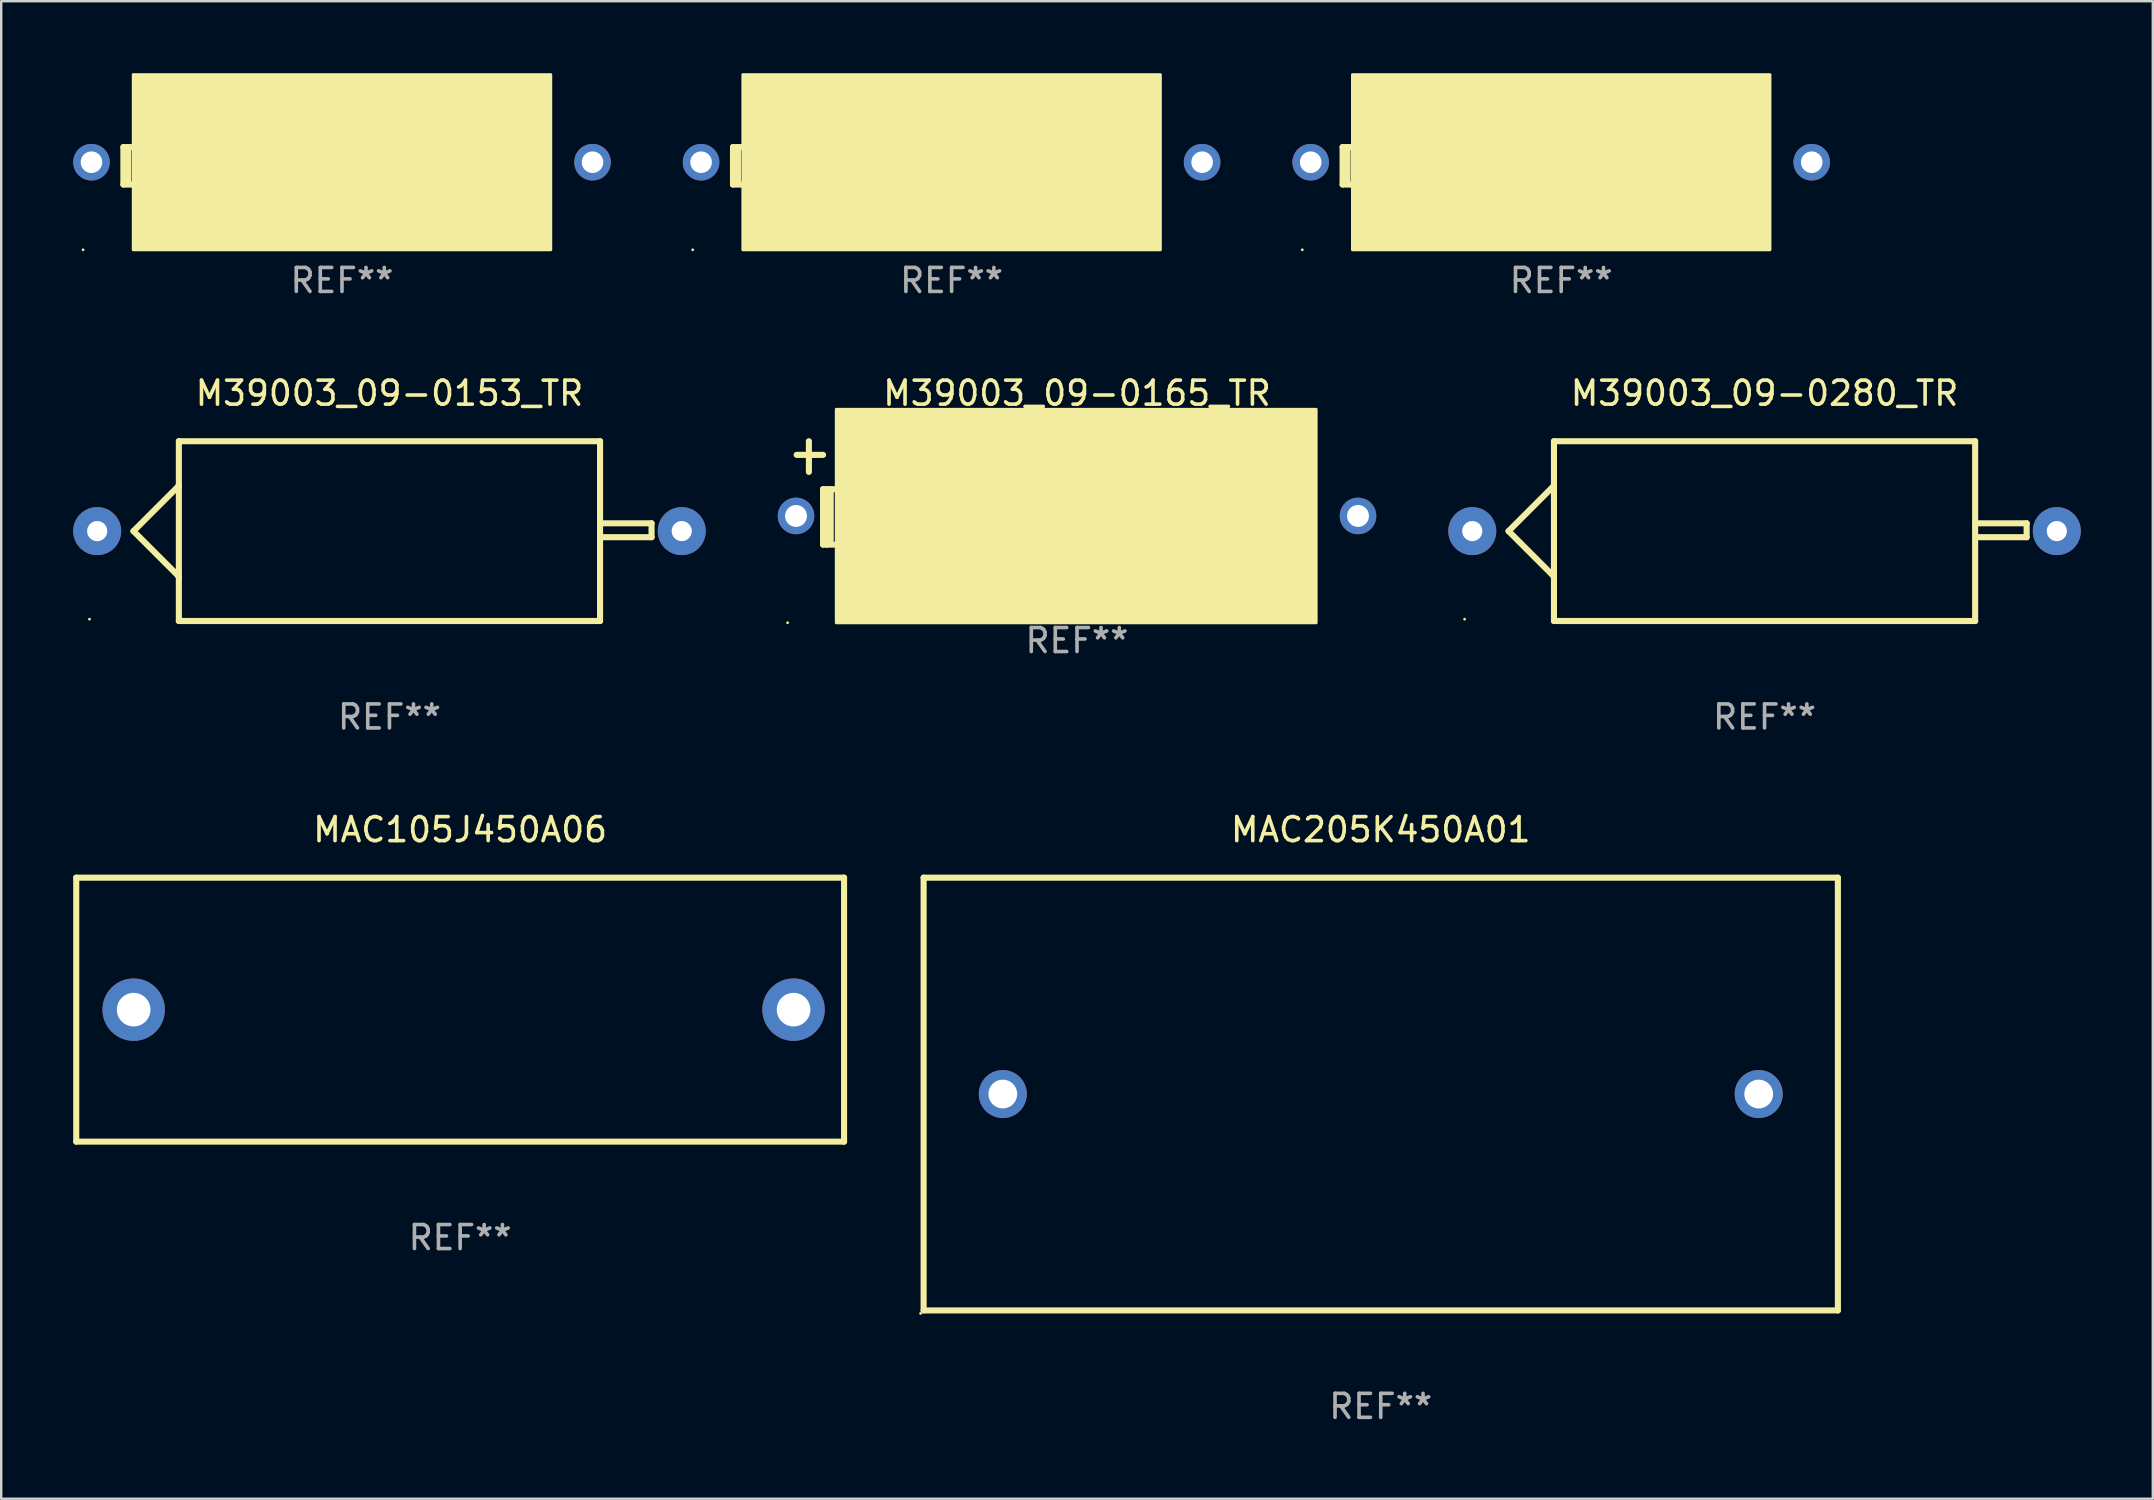
<source format=kicad_pcb>
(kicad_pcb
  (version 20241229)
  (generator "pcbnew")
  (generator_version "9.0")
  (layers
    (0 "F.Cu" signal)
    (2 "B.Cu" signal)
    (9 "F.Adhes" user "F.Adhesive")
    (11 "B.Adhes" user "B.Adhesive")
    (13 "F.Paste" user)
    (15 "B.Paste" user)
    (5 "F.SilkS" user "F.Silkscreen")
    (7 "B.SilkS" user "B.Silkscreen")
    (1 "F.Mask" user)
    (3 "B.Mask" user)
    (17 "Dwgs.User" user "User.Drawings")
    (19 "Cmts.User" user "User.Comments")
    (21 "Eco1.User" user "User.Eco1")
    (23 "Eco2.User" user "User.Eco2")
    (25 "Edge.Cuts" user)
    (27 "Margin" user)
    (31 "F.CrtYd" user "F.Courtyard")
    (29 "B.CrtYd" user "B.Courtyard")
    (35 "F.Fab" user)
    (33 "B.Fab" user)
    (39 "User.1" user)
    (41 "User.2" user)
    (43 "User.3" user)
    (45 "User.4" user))
  (footprint "M39003_09-0116_TR"
    (layer "F.Cu")
    (at 11.202 3.86)
    (property "Reference" "M39003_09-0116_TR" (at 0 -2.78 0) (layer "F.SilkS") (effects (font (size 1 1) (thickness 0.15))))
    (attr through_hole)
    (fp_line (start -9.11 -0.78) (end -9.11 0.78) (stroke (width 0.254) (type solid)) (layer "F.SilkS"))
    (fp_line (start -9.11 0.78) (end -8.74 0.78) (stroke (width 0.254) (type solid)) (layer "F.SilkS"))
    (fp_line (start -8.904 -0.78) (end -8.904 0.65) (stroke (width 0.254) (type solid)) (layer "F.SilkS"))
    (fp_line (start -8.76 -0.78) (end -9.11 -0.78) (stroke (width 0.254) (type solid)) (layer "F.SilkS"))
    (fp_circle (center -10.79 3.5) (end -10.76 3.5) (stroke (width 0.06) (type solid)) (fill no) (layer "F.SilkS"))
    (fp_poly (pts (xy -8.7 -3.8) (xy 8.7 -3.8) (xy 8.7 3.5) (xy -8.7 3.5)) (stroke (width 0.12) (type solid)) (fill yes) (layer "F.SilkS"))
    (fp_text user "REF**" (at 0 4.78 0) (layer "F.Fab") (effects (font (size 1 1) (thickness 0.15))))
    (pad "1" thru_hole circle (at -10.44 -0.15) (size 1.524 1.524) (drill 0.9) (layers "*.Cu" "*.Mask"))
    (pad "2" thru_hole circle (at 10.44 -0.15) (size 1.524 1.524) (drill 0.9) (layers "*.Cu" "*.Mask")))
  (footprint "M39003_09-0280_TR"
    (layer "F.Cu")
    (at 70.484 19.083)
    (property "Reference" "M39003_09-0280_TR" (at 0 -5.746 0) (layer "F.SilkS") (effects (font (size 1 1) (thickness 0.15))))
    (attr through_hole)
    (fp_line (start -10.668 0) (end -8.776 1.892) (stroke (width 0.254) (type solid)) (layer "F.SilkS"))
    (fp_line (start -8.821 -1.847) (end -10.668 0) (stroke (width 0.254) (type solid)) (layer "F.SilkS"))
    (fp_line (start -8.776 -1.847) (end -8.821 -1.847) (stroke (width 0.254) (type solid)) (layer "F.SilkS"))
    (fp_line (start -8.776 1.892) (end -8.776 1.943) (stroke (width 0.254) (type solid)) (layer "F.SilkS"))
    (fp_line (start -8.776 -3.746) (end 8.776 -3.746) (stroke (width 0.254) (type solid)) (layer "F.SilkS"))
    (fp_line (start -8.776 3.746) (end -8.776 -3.746) (stroke (width 0.254) (type solid)) (layer "F.SilkS"))
    (fp_line (start 8.776 -3.746) (end 8.776 3.746) (stroke (width 0.254) (type solid)) (layer "F.SilkS"))
    (fp_line (start 8.776 -0.325) (end 10.922 -0.325) (stroke (width 0.254) (type solid)) (layer "F.SilkS"))
    (fp_line (start 8.776 3.746) (end -8.776 3.746) (stroke (width 0.254) (type solid)) (layer "F.SilkS"))
    (fp_line (start 8.831 0.254) (end 8.776 0.199) (stroke (width 0.254) (type solid)) (layer "F.SilkS"))
    (fp_line (start 10.922 -0.325) (end 10.922 0.254) (stroke (width 0.254) (type solid)) (layer "F.SilkS"))
    (fp_line (start 10.922 0.254) (end 8.831 0.254) (stroke (width 0.254) (type solid)) (layer "F.SilkS"))
    (fp_circle (center -12.5 3.67) (end -12.47 3.67) (stroke (width 0.06) (type solid)) (fill no) (layer "F.SilkS"))
    (fp_text user "+" (at -8.323 0.924 0) (layer "B.Mask") (effects (font (size 1 1) (thickness 0.15))))
    (fp_text user "REF**" (at 0 7.746 0) (layer "F.Fab") (effects (font (size 1 1) (thickness 0.15))))
    (pad "1" thru_hole circle (at -12.18 0) (size 2 2) (drill 0.84) (layers "*.Cu" "*.Mask"))
    (pad "2" thru_hole circle (at 12.18 0) (size 2 2) (drill 0.84) (layers "*.Cu" "*.Mask")))
  (footprint "M39003_09-0153_TR"
    (layer "F.Cu")
    (at 13.18 19.083)
    (property "Reference" "M39003_09-0153_TR" (at 0 -5.746 0) (layer "F.SilkS") (effects (font (size 1 1) (thickness 0.15))))
    (attr through_hole)
    (fp_line (start -10.668 0) (end -8.776 1.892) (stroke (width 0.254) (type solid)) (layer "F.SilkS"))
    (fp_line (start -8.821 -1.847) (end -10.668 0) (stroke (width 0.254) (type solid)) (layer "F.SilkS"))
    (fp_line (start -8.776 -1.847) (end -8.821 -1.847) (stroke (width 0.254) (type solid)) (layer "F.SilkS"))
    (fp_line (start -8.776 1.892) (end -8.776 1.943) (stroke (width 0.254) (type solid)) (layer "F.SilkS"))
    (fp_line (start -8.776 -3.746) (end 8.776 -3.746) (stroke (width 0.254) (type solid)) (layer "F.SilkS"))
    (fp_line (start -8.776 3.746) (end -8.776 -3.746) (stroke (width 0.254) (type solid)) (layer "F.SilkS"))
    (fp_line (start 8.776 -3.746) (end 8.776 3.746) (stroke (width 0.254) (type solid)) (layer "F.SilkS"))
    (fp_line (start 8.776 -0.325) (end 10.922 -0.325) (stroke (width 0.254) (type solid)) (layer "F.SilkS"))
    (fp_line (start 8.776 3.746) (end -8.776 3.746) (stroke (width 0.254) (type solid)) (layer "F.SilkS"))
    (fp_line (start 8.831 0.254) (end 8.776 0.199) (stroke (width 0.254) (type solid)) (layer "F.SilkS"))
    (fp_line (start 10.922 -0.325) (end 10.922 0.254) (stroke (width 0.254) (type solid)) (layer "F.SilkS"))
    (fp_line (start 10.922 0.254) (end 8.831 0.254) (stroke (width 0.254) (type solid)) (layer "F.SilkS"))
    (fp_circle (center -12.5 3.67) (end -12.47 3.67) (stroke (width 0.06) (type solid)) (fill no) (layer "F.SilkS"))
    (fp_text user "+" (at -8.323 0.924 0) (layer "B.Mask") (effects (font (size 1 1) (thickness 0.15))))
    (fp_text user "REF**" (at 0 7.746 0) (layer "F.Fab") (effects (font (size 1 1) (thickness 0.15))))
    (pad "1" thru_hole circle (at -12.18 0) (size 2 2) (drill 0.84) (layers "*.Cu" "*.Mask"))
    (pad "2" thru_hole circle (at 12.18 0) (size 2 2) (drill 0.84) (layers "*.Cu" "*.Mask")))
  (footprint "MAC105J450A06"
    (layer "F.Cu")
    (at 16.126 39.025)
    (property "Reference" "MAC105J450A06" (at 0 -7.5 0) (layer "F.SilkS") (effects (font (size 1 1) (thickness 0.15))))
    (attr through_hole)
    (fp_line (start -15.999 -5.5) (end -15.999 5.5) (stroke (width 0.254) (type solid)) (layer "F.SilkS"))
    (fp_line (start -15.999 -5.5) (end 15.999 -5.5) (stroke (width 0.254) (type solid)) (layer "F.SilkS"))
    (fp_line (start 15.999 -5.5) (end 15.999 5.5) (stroke (width 0.254) (type solid)) (layer "F.SilkS"))
    (fp_line (start 15.999 5.5) (end -15.999 5.5) (stroke (width 0.254) (type solid)) (layer "F.SilkS"))
    (fp_circle (center -16.008 5.5) (end -15.978 5.5) (stroke (width 0.06) (type solid)) (fill no) (layer "F.SilkS"))
    (fp_text user "REF**" (at 0 9.5 0) (layer "F.Fab") (effects (font (size 1 1) (thickness 0.15))))
    (pad "1" thru_hole circle (at -13.606 0) (size 2.6 2.6) (drill 1.4) (layers "*.Cu" "*.Mask"))
    (pad "2" thru_hole circle (at 13.894 0) (size 2.6 2.6) (drill 1.4) (layers "*.Cu" "*.Mask")))
  (footprint "M39003_09-0133_TR"
    (layer "F.Cu")
    (at 62.01 3.86)
    (property "Reference" "M39003_09-0133_TR" (at 0 -2.78 0) (layer "F.SilkS") (effects (font (size 1 1) (thickness 0.15))))
    (attr through_hole)
    (fp_line (start -9.11 -0.78) (end -9.11 0.78) (stroke (width 0.254) (type solid)) (layer "F.SilkS"))
    (fp_line (start -9.11 0.78) (end -8.74 0.78) (stroke (width 0.254) (type solid)) (layer "F.SilkS"))
    (fp_line (start -8.904 -0.78) (end -8.904 0.65) (stroke (width 0.254) (type solid)) (layer "F.SilkS"))
    (fp_line (start -8.76 -0.78) (end -9.11 -0.78) (stroke (width 0.254) (type solid)) (layer "F.SilkS"))
    (fp_circle (center -10.79 3.5) (end -10.76 3.5) (stroke (width 0.06) (type solid)) (fill no) (layer "F.SilkS"))
    (fp_poly (pts (xy -8.7 -3.8) (xy 8.7 -3.8) (xy 8.7 3.5) (xy -8.7 3.5)) (stroke (width 0.12) (type solid)) (fill yes) (layer "F.SilkS"))
    (fp_text user "REF**" (at 0 4.78 0) (layer "F.Fab") (effects (font (size 1 1) (thickness 0.15))))
    (pad "1" thru_hole circle (at -10.44 -0.15) (size 1.524 1.524) (drill 0.9) (layers "*.Cu" "*.Mask"))
    (pad "2" thru_hole circle (at 10.44 -0.15) (size 1.524 1.524) (drill 0.9) (layers "*.Cu" "*.Mask")))
  (footprint "M39003_09-0125_TR"
    (layer "F.Cu")
    (at 36.606 3.86)
    (property "Reference" "M39003_09-0125_TR" (at 0 -2.78 0) (layer "F.SilkS") (effects (font (size 1 1) (thickness 0.15))))
    (attr through_hole)
    (fp_line (start -9.11 -0.78) (end -9.11 0.78) (stroke (width 0.254) (type solid)) (layer "F.SilkS"))
    (fp_line (start -9.11 0.78) (end -8.74 0.78) (stroke (width 0.254) (type solid)) (layer "F.SilkS"))
    (fp_line (start -8.904 -0.78) (end -8.904 0.65) (stroke (width 0.254) (type solid)) (layer "F.SilkS"))
    (fp_line (start -8.76 -0.78) (end -9.11 -0.78) (stroke (width 0.254) (type solid)) (layer "F.SilkS"))
    (fp_circle (center -10.79 3.5) (end -10.76 3.5) (stroke (width 0.06) (type solid)) (fill no) (layer "F.SilkS"))
    (fp_poly (pts (xy -8.7 -3.8) (xy 8.7 -3.8) (xy 8.7 3.5) (xy -8.7 3.5)) (stroke (width 0.12) (type solid)) (fill yes) (layer "F.SilkS"))
    (fp_text user "REF**" (at 0 4.78 0) (layer "F.Fab") (effects (font (size 1 1) (thickness 0.15))))
    (pad "1" thru_hole circle (at -10.44 -0.15) (size 1.524 1.524) (drill 0.9) (layers "*.Cu" "*.Mask"))
    (pad "2" thru_hole circle (at 10.44 -0.15) (size 1.524 1.524) (drill 0.9) (layers "*.Cu" "*.Mask")))
  (footprint "M39003_09-0165_TR"
    (layer "F.Cu")
    (at 41.832 17.491)
    (property "Reference" "M39003_09-0165_TR" (at 0 -4.155 0) (layer "F.SilkS") (effects (font (size 1 1) (thickness 0.15))))
    (attr through_hole)
    (fp_line (start -11.683 -1.585) (end -10.583 -1.585) (stroke (width 0.254) (type solid)) (layer "F.SilkS"))
    (fp_line (start -11.173 -2.155) (end -11.173 -0.875) (stroke (width 0.254) (type solid)) (layer "F.SilkS"))
    (fp_line (start -10.583 -0.155) (end -10.583 2.155) (stroke (width 0.254) (type solid)) (layer "F.SilkS"))
    (fp_line (start -10.583 2.155) (end -10.113 2.155) (stroke (width 0.254) (type solid)) (layer "F.SilkS"))
    (fp_line (start -10.429 -0.155) (end -10.429 2.155) (stroke (width 0.254) (type solid)) (layer "F.SilkS"))
    (fp_line (start -10.264 -0.155) (end -10.264 1.985) (stroke (width 0.254) (type solid)) (layer "F.SilkS"))
    (fp_line (start -10.113 -0.155) (end -10.583 -0.155) (stroke (width 0.254) (type solid)) (layer "F.SilkS"))
    (fp_circle (center -12.06 5.41) (end -12.03 5.41) (stroke (width 0.06) (type solid)) (fill no) (layer "F.SilkS"))
    (fp_poly (pts (xy -10.033 -3.485) (xy 9.967 -3.485) (xy 9.967 5.415) (xy -10.033 5.415)) (stroke (width 0.12) (type solid)) (fill yes) (layer "F.SilkS"))
    (fp_text user "REF**" (at 0 6.155 0) (layer "F.Fab") (effects (font (size 1 1) (thickness 0.15))))
    (pad "1" thru_hole circle (at -11.71 0.96) (size 1.524 1.524) (drill 0.914) (layers "*.Cu" "*.Mask"))
    (pad "2" thru_hole circle (at 11.71 0.96) (size 1.524 1.524) (drill 0.914) (layers "*.Cu" "*.Mask")))
  (footprint "MAC205K450A01"
    (layer "F.Cu")
    (at 54.49 42.542)
    (property "Reference" "MAC205K450A01" (at 0 -11.017 0) (layer "F.SilkS") (effects (font (size 1 1) (thickness 0.15))))
    (attr through_hole)
    (fp_line (start -19.05 -9.017) (end -19.05 9.017) (stroke (width 0.254) (type solid)) (layer "F.SilkS"))
    (fp_line (start -19.05 9.017) (end 19.05 9.017) (stroke (width 0.254) (type solid)) (layer "F.SilkS"))
    (fp_line (start 19.05 -9.017) (end -19.05 -9.017) (stroke (width 0.254) (type solid)) (layer "F.SilkS"))
    (fp_line (start 19.05 9.017) (end 19.05 -9.017) (stroke (width 0.254) (type solid)) (layer "F.SilkS"))
    (fp_circle (center -19.177 9.144) (end -19.147 9.144) (stroke (width 0.06) (type solid)) (fill no) (layer "F.SilkS"))
    (fp_text user "REF**" (at 0 13.017 0) (layer "F.Fab") (effects (font (size 1 1) (thickness 0.15))))
    (pad "1" thru_hole circle (at -15.75 0) (size 2 2) (drill 1.2) (layers "*.Cu" "*.Mask"))
    (pad "2" thru_hole circle (at 15.75 0) (size 2 2) (drill 1.2) (layers "*.Cu" "*.Mask")))
  (gr_rect
    (start -3 -3)
    (end 86.664 59.408)
    (stroke (width 0.1) (type default))
    (fill no)
    (layer "Edge.Cuts")))
</source>
